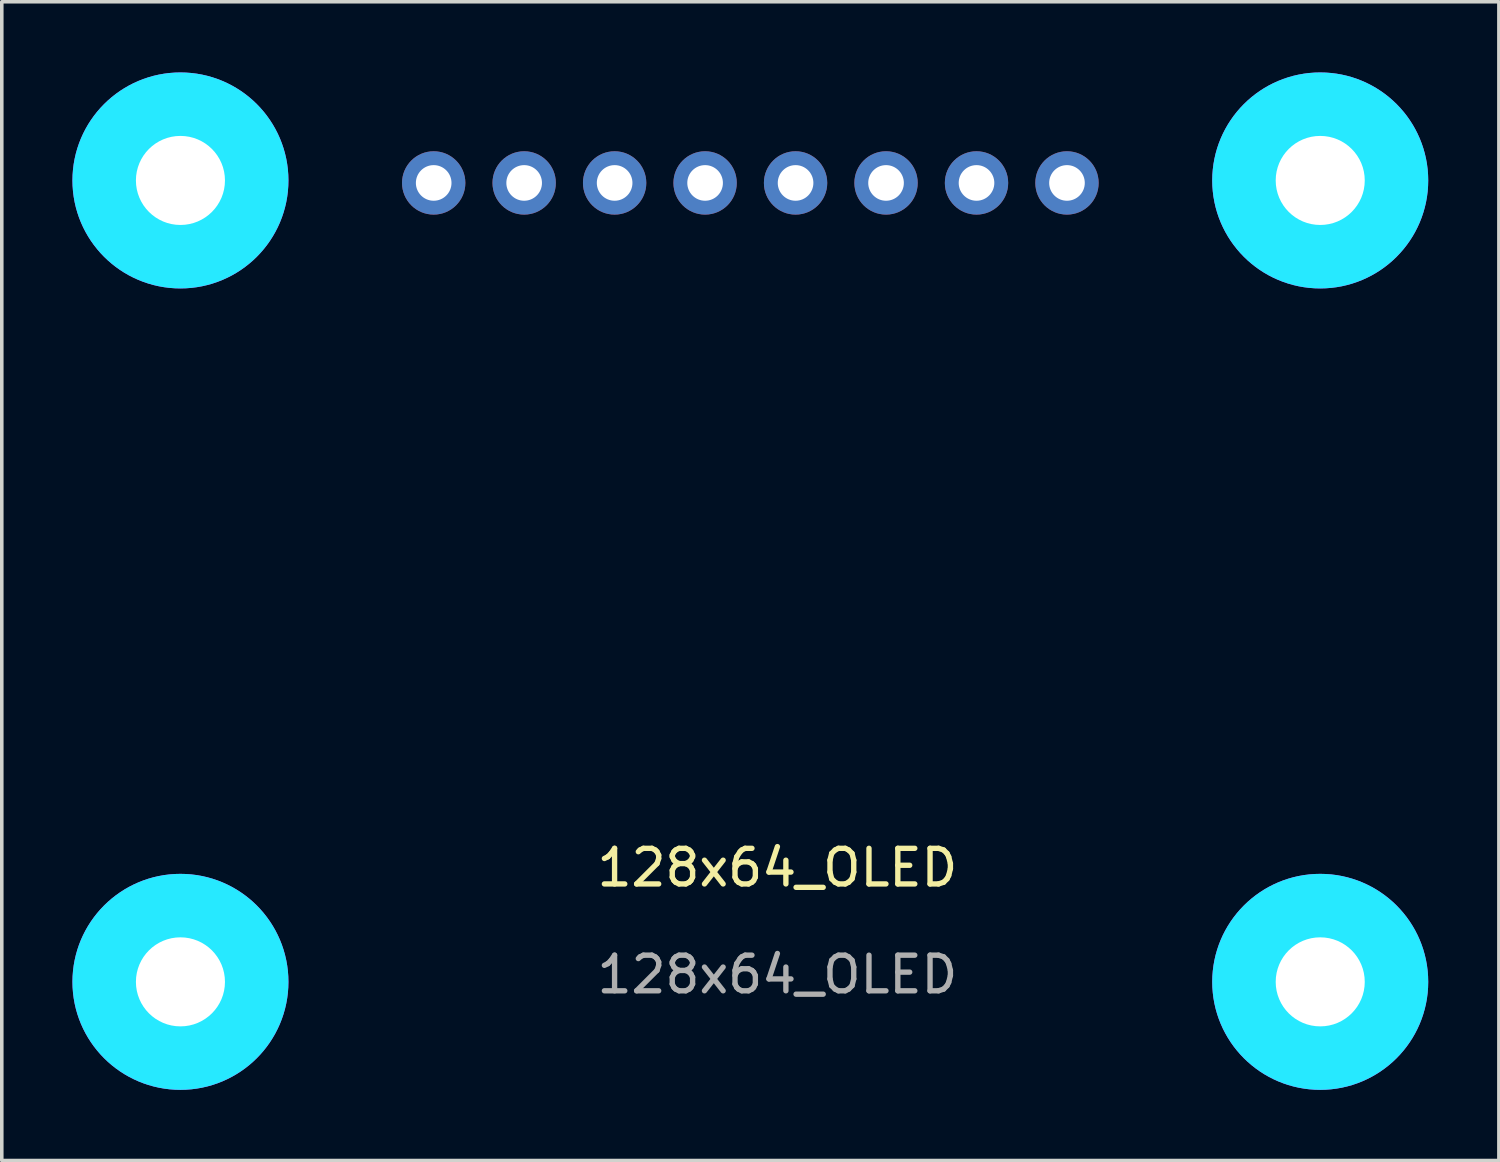
<source format=kicad_pcb>
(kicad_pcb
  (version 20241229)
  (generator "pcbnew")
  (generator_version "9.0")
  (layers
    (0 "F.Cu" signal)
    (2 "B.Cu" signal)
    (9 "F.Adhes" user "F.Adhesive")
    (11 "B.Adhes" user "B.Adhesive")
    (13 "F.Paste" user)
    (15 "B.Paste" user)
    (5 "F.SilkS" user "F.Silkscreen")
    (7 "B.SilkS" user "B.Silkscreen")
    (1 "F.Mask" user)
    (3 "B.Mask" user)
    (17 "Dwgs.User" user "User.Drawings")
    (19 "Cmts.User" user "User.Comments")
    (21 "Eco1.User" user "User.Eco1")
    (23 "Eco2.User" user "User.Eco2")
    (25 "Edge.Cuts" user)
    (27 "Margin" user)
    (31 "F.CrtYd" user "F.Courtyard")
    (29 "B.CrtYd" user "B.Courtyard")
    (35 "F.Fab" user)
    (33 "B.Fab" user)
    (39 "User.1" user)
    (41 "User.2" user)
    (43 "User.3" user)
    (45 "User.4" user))
  (footprint "128x64_OLED"
    (layer "F.Cu")
    (at 18.776 21.812)
    (property "Reference" "128x64_OLED" (at 0 -0.5 0) (unlocked yes) (layer "F.SilkS") (effects (font (size 1 1) (thickness 0.15))))
    (attr through_hole)
    (fp_circle (center -16.76 -19.796) (end -15.01 -19.796) (stroke (width 0.152) (type solid)) (fill no) (layer "F.SilkS"))
    (fp_circle (center -16.76 2.704) (end -15.01 2.704) (stroke (width 0.152) (type solid)) (fill no) (layer "F.SilkS"))
    (fp_circle (center 15.24 -19.796) (end 16.99 -19.796) (stroke (width 0.152) (type solid)) (fill no) (layer "F.SilkS"))
    (fp_circle (center 15.24 2.704) (end 16.99 2.704) (stroke (width 0.152) (type solid)) (fill no) (layer "F.SilkS"))
    (fp_circle (center -16.76 -19.796) (end -15.76 -19.796) (stroke (width 2.032) (type solid)) (fill no) (layer "B.CrtYd"))
    (fp_circle (center -16.76 2.704) (end -15.76 2.704) (stroke (width 2.032) (type solid)) (fill no) (layer "B.CrtYd"))
    (fp_circle (center 15.24 -19.796) (end 16.24 -19.796) (stroke (width 2.032) (type solid)) (fill no) (layer "B.CrtYd"))
    (fp_circle (center 15.24 2.704) (end 16.24 2.704) (stroke (width 2.032) (type solid)) (fill no) (layer "B.CrtYd"))
    (fp_circle (center -16.76 -19.796) (end -15.76 -19.796) (stroke (width 2.032) (type solid)) (fill no) (layer "F.CrtYd"))
    (fp_circle (center -16.76 2.704) (end -15.76 2.704) (stroke (width 2.032) (type solid)) (fill no) (layer "F.CrtYd"))
    (fp_circle (center 15.24 -19.796) (end 16.24 -19.796) (stroke (width 2.032) (type solid)) (fill no) (layer "F.CrtYd"))
    (fp_circle (center 15.24 2.704) (end 16.24 2.704) (stroke (width 2.032) (type solid)) (fill no) (layer "F.CrtYd"))
    (fp_text user "${REFERENCE}" (at 0 2.5 0) (unlocked yes) (layer "F.Fab") (effects (font (size 1 1) (thickness 0.15))))
    (pad "1" thru_hole circle (at -9.65 -19.726 90) (size 1.778 1.778) (drill 1) (layers "*.Cu" "*.Mask"))
    (pad "2" thru_hole circle (at -7.11 -19.726 90) (size 1.778 1.778) (drill 1) (layers "*.Cu" "*.Mask"))
    (pad "3" thru_hole circle (at -4.57 -19.726 90) (size 1.778 1.778) (drill 1) (layers "*.Cu" "*.Mask"))
    (pad "4" thru_hole circle (at -2.03 -19.726 90) (size 1.778 1.778) (drill 1) (layers "*.Cu" "*.Mask"))
    (pad "5" thru_hole circle (at 0.51 -19.726 90) (size 1.778 1.778) (drill 1) (layers "*.Cu" "*.Mask"))
    (pad "6" thru_hole circle (at 3.05 -19.726 90) (size 1.778 1.778) (drill 1) (layers "*.Cu" "*.Mask"))
    (pad "7" thru_hole circle (at 5.59 -19.726 90) (size 1.778 1.778) (drill 1) (layers "*.Cu" "*.Mask"))
    (pad "8" thru_hole circle (at 8.13 -19.726 90) (size 1.778 1.778) (drill 1) (layers "*.Cu" "*.Mask"))
    (pad "P$1" thru_hole circle (at -16.76 -19.796) (size 3.2 3.2) (drill 2.5) (layers "*.Cu" "*.Mask"))
    (pad "P$1" thru_hole circle (at -16.76 2.704) (size 3.2 3.2) (drill 2.5) (layers "*.Cu" "*.Mask"))
    (pad "P$1" thru_hole circle (at 15.24 -19.796) (size 3.2 3.2) (drill 2.5) (layers "*.Cu" "*.Mask"))
    (pad "P$1" thru_hole circle (at 15.24 2.704) (size 3.2 3.2) (drill 2.5) (layers "*.Cu" "*.Mask"))
    (zone (net_name "") (layer "F.Cu") (hatch edge 0.508) (connect_pads) (min_thickness 0.254) (filled_areas_thickness no) (keepout (tracks not_allowed) (vias not_allowed) (pads not_allowed) (copperpour not_allowed) (footprints allowed)) (placement (enabled no)) (fill) (polygon (pts (xy 4.032 2.016) (xy 4.001 1.666) (xy 3.91 1.326) (xy 3.762 1.008) (xy 3.56 0.72) (xy 3.312 0.472) (xy 3.024 0.27) (xy 2.706 0.122) (xy 2.366 0.031) (xy 2.016 0) (xy 1.666 0.031) (xy 1.326 0.122) (xy 1.008 0.27) (xy 0.72 0.472) (xy 0.472 0.72) (xy 0.27 1.008) (xy 0.122 1.326) (xy 0.031 1.666) (xy 0 2.016) (xy 0.031 2.366) (xy 0.122 2.706) (xy 0.27 3.024) (xy 0.472 3.312) (xy 0.72 3.56) (xy 1.008 3.762) (xy 1.326 3.91) (xy 1.666 4.001) (xy 2.016 4.032) (xy 2.366 4.001) (xy 2.706 3.91) (xy 3.024 3.762) (xy 3.312 3.56) (xy 3.56 3.312) (xy 3.762 3.024) (xy 3.91 2.706) (xy 4.001 2.366))) (polygon (pts (xy 2 2.016) (xy 2 2.019) (xy 2.001 2.021) (xy 2.002 2.024) (xy 2.004 2.026) (xy 2.006 2.028) (xy 2.008 2.03) (xy 2.011 2.031) (xy 2.013 2.032) (xy 2.016 2.032) (xy 2.019 2.032) (xy 2.021 2.031) (xy 2.024 2.03) (xy 2.026 2.028) (xy 2.028 2.026) (xy 2.03 2.024) (xy 2.031 2.021) (xy 2.032 2.019) (xy 2.032 2.016) (xy 2.032 2.013) (xy 2.031 2.011) (xy 2.03 2.008) (xy 2.028 2.006) (xy 2.026 2.004) (xy 2.024 2.002) (xy 2.021 2.001) (xy 2.019 2) (xy 2.016 2) (xy 2.013 2) (xy 2.011 2.001) (xy 2.008 2.002) (xy 2.006 2.004) (xy 2.004 2.006) (xy 2.002 2.008) (xy 2.001 2.011) (xy 2 2.013))))
    (zone (net_name "") (layer "F.Cu") (hatch edge 0.508) (connect_pads) (min_thickness 0.254) (filled_areas_thickness no) (keepout (tracks not_allowed) (vias not_allowed) (pads not_allowed) (copperpour not_allowed) (footprints allowed)) (placement (enabled no)) (fill) (polygon (pts (xy 4.032 24.516) (xy 4.001 24.166) (xy 3.91 23.826) (xy 3.762 23.508) (xy 3.56 23.22) (xy 3.312 22.972) (xy 3.024 22.77) (xy 2.706 22.622) (xy 2.366 22.531) (xy 2.016 22.5) (xy 1.666 22.531) (xy 1.326 22.622) (xy 1.008 22.77) (xy 0.72 22.972) (xy 0.472 23.22) (xy 0.27 23.508) (xy 0.122 23.826) (xy 0.031 24.166) (xy 0 24.516) (xy 0.031 24.866) (xy 0.122 25.206) (xy 0.27 25.524) (xy 0.472 25.812) (xy 0.72 26.06) (xy 1.008 26.262) (xy 1.326 26.41) (xy 1.666 26.501) (xy 2.016 26.532) (xy 2.366 26.501) (xy 2.706 26.41) (xy 3.024 26.262) (xy 3.312 26.06) (xy 3.56 25.812) (xy 3.762 25.524) (xy 3.91 25.206) (xy 4.001 24.866))) (polygon (pts (xy 2 24.516) (xy 2 24.519) (xy 2.001 24.521) (xy 2.002 24.524) (xy 2.004 24.526) (xy 2.006 24.528) (xy 2.008 24.53) (xy 2.011 24.531) (xy 2.013 24.532) (xy 2.016 24.532) (xy 2.019 24.532) (xy 2.021 24.531) (xy 2.024 24.53) (xy 2.026 24.528) (xy 2.028 24.526) (xy 2.03 24.524) (xy 2.031 24.521) (xy 2.032 24.519) (xy 2.032 24.516) (xy 2.032 24.513) (xy 2.031 24.511) (xy 2.03 24.508) (xy 2.028 24.506) (xy 2.026 24.504) (xy 2.024 24.502) (xy 2.021 24.501) (xy 2.019 24.5) (xy 2.016 24.5) (xy 2.013 24.5) (xy 2.011 24.501) (xy 2.008 24.502) (xy 2.006 24.504) (xy 2.004 24.506) (xy 2.002 24.508) (xy 2.001 24.511) (xy 2 24.513))))
    (zone (net_name "") (layer "F.Cu") (hatch edge 0.508) (connect_pads) (min_thickness 0.254) (filled_areas_thickness no) (keepout (tracks not_allowed) (vias not_allowed) (pads not_allowed) (copperpour not_allowed) (footprints allowed)) (placement (enabled no)) (fill) (polygon (pts (xy 36.032 2.016) (xy 36.001 1.666) (xy 35.91 1.326) (xy 35.762 1.008) (xy 35.56 0.72) (xy 35.312 0.472) (xy 35.024 0.27) (xy 34.706 0.122) (xy 34.366 0.031) (xy 34.016 0) (xy 33.666 0.031) (xy 33.326 0.122) (xy 33.008 0.27) (xy 32.72 0.472) (xy 32.472 0.72) (xy 32.27 1.008) (xy 32.122 1.326) (xy 32.031 1.666) (xy 32 2.016) (xy 32.031 2.366) (xy 32.122 2.706) (xy 32.27 3.024) (xy 32.472 3.312) (xy 32.72 3.56) (xy 33.008 3.762) (xy 33.326 3.91) (xy 33.666 4.001) (xy 34.016 4.032) (xy 34.366 4.001) (xy 34.706 3.91) (xy 35.024 3.762) (xy 35.312 3.56) (xy 35.56 3.312) (xy 35.762 3.024) (xy 35.91 2.706) (xy 36.001 2.366))) (polygon (pts (xy 34 2.016) (xy 34 2.019) (xy 34.001 2.021) (xy 34.002 2.024) (xy 34.004 2.026) (xy 34.006 2.028) (xy 34.008 2.03) (xy 34.011 2.031) (xy 34.013 2.032) (xy 34.016 2.032) (xy 34.019 2.032) (xy 34.021 2.031) (xy 34.024 2.03) (xy 34.026 2.028) (xy 34.028 2.026) (xy 34.03 2.024) (xy 34.031 2.021) (xy 34.032 2.019) (xy 34.032 2.016) (xy 34.032 2.013) (xy 34.031 2.011) (xy 34.03 2.008) (xy 34.028 2.006) (xy 34.026 2.004) (xy 34.024 2.002) (xy 34.021 2.001) (xy 34.019 2) (xy 34.016 2) (xy 34.013 2) (xy 34.011 2.001) (xy 34.008 2.002) (xy 34.006 2.004) (xy 34.004 2.006) (xy 34.002 2.008) (xy 34.001 2.011) (xy 34 2.013))))
    (zone (net_name "") (layer "F.Cu") (hatch edge 0.508) (connect_pads) (min_thickness 0.254) (filled_areas_thickness no) (keepout (tracks not_allowed) (vias not_allowed) (pads not_allowed) (copperpour not_allowed) (footprints allowed)) (placement (enabled no)) (fill) (polygon (pts (xy 36.032 24.516) (xy 36.001 24.166) (xy 35.91 23.826) (xy 35.762 23.508) (xy 35.56 23.22) (xy 35.312 22.972) (xy 35.024 22.77) (xy 34.706 22.622) (xy 34.366 22.531) (xy 34.016 22.5) (xy 33.666 22.531) (xy 33.326 22.622) (xy 33.008 22.77) (xy 32.72 22.972) (xy 32.472 23.22) (xy 32.27 23.508) (xy 32.122 23.826) (xy 32.031 24.166) (xy 32 24.516) (xy 32.031 24.866) (xy 32.122 25.206) (xy 32.27 25.524) (xy 32.472 25.812) (xy 32.72 26.06) (xy 33.008 26.262) (xy 33.326 26.41) (xy 33.666 26.501) (xy 34.016 26.532) (xy 34.366 26.501) (xy 34.706 26.41) (xy 35.024 26.262) (xy 35.312 26.06) (xy 35.56 25.812) (xy 35.762 25.524) (xy 35.91 25.206) (xy 36.001 24.866))) (polygon (pts (xy 34 24.516) (xy 34 24.519) (xy 34.001 24.521) (xy 34.002 24.524) (xy 34.004 24.526) (xy 34.006 24.528) (xy 34.008 24.53) (xy 34.011 24.531) (xy 34.013 24.532) (xy 34.016 24.532) (xy 34.019 24.532) (xy 34.021 24.531) (xy 34.024 24.53) (xy 34.026 24.528) (xy 34.028 24.526) (xy 34.03 24.524) (xy 34.031 24.521) (xy 34.032 24.519) (xy 34.032 24.516) (xy 34.032 24.513) (xy 34.031 24.511) (xy 34.03 24.508) (xy 34.028 24.506) (xy 34.026 24.504) (xy 34.024 24.502) (xy 34.021 24.501) (xy 34.019 24.5) (xy 34.016 24.5) (xy 34.013 24.5) (xy 34.011 24.501) (xy 34.008 24.502) (xy 34.006 24.504) (xy 34.004 24.506) (xy 34.002 24.508) (xy 34.001 24.511) (xy 34 24.513))))
    (zone (net_name "") (layer "B.Cu") (hatch edge 0.508) (connect_pads) (min_thickness 0.254) (filled_areas_thickness no) (keepout (tracks not_allowed) (vias not_allowed) (pads not_allowed) (copperpour not_allowed) (footprints allowed)) (placement (enabled no)) (fill) (polygon (pts (xy 4.032 2.016) (xy 4.001 1.666) (xy 3.91 1.326) (xy 3.762 1.008) (xy 3.56 0.72) (xy 3.312 0.472) (xy 3.024 0.27) (xy 2.706 0.122) (xy 2.366 0.031) (xy 2.016 0) (xy 1.666 0.031) (xy 1.326 0.122) (xy 1.008 0.27) (xy 0.72 0.472) (xy 0.472 0.72) (xy 0.27 1.008) (xy 0.122 1.326) (xy 0.031 1.666) (xy 0 2.016) (xy 0.031 2.366) (xy 0.122 2.706) (xy 0.27 3.024) (xy 0.472 3.312) (xy 0.72 3.56) (xy 1.008 3.762) (xy 1.326 3.91) (xy 1.666 4.001) (xy 2.016 4.032) (xy 2.366 4.001) (xy 2.706 3.91) (xy 3.024 3.762) (xy 3.312 3.56) (xy 3.56 3.312) (xy 3.762 3.024) (xy 3.91 2.706) (xy 4.001 2.366))) (polygon (pts (xy 2 2.016) (xy 2 2.019) (xy 2.001 2.021) (xy 2.002 2.024) (xy 2.004 2.026) (xy 2.006 2.028) (xy 2.008 2.03) (xy 2.011 2.031) (xy 2.013 2.032) (xy 2.016 2.032) (xy 2.019 2.032) (xy 2.021 2.031) (xy 2.024 2.03) (xy 2.026 2.028) (xy 2.028 2.026) (xy 2.03 2.024) (xy 2.031 2.021) (xy 2.032 2.019) (xy 2.032 2.016) (xy 2.032 2.013) (xy 2.031 2.011) (xy 2.03 2.008) (xy 2.028 2.006) (xy 2.026 2.004) (xy 2.024 2.002) (xy 2.021 2.001) (xy 2.019 2) (xy 2.016 2) (xy 2.013 2) (xy 2.011 2.001) (xy 2.008 2.002) (xy 2.006 2.004) (xy 2.004 2.006) (xy 2.002 2.008) (xy 2.001 2.011) (xy 2 2.013))))
    (zone (net_name "") (layer "B.Cu") (hatch edge 0.508) (connect_pads) (min_thickness 0.254) (filled_areas_thickness no) (keepout (tracks not_allowed) (vias not_allowed) (pads not_allowed) (copperpour not_allowed) (footprints allowed)) (placement (enabled no)) (fill) (polygon (pts (xy 4.032 24.516) (xy 4.001 24.166) (xy 3.91 23.826) (xy 3.762 23.508) (xy 3.56 23.22) (xy 3.312 22.972) (xy 3.024 22.77) (xy 2.706 22.622) (xy 2.366 22.531) (xy 2.016 22.5) (xy 1.666 22.531) (xy 1.326 22.622) (xy 1.008 22.77) (xy 0.72 22.972) (xy 0.472 23.22) (xy 0.27 23.508) (xy 0.122 23.826) (xy 0.031 24.166) (xy 0 24.516) (xy 0.031 24.866) (xy 0.122 25.206) (xy 0.27 25.524) (xy 0.472 25.812) (xy 0.72 26.06) (xy 1.008 26.262) (xy 1.326 26.41) (xy 1.666 26.501) (xy 2.016 26.532) (xy 2.366 26.501) (xy 2.706 26.41) (xy 3.024 26.262) (xy 3.312 26.06) (xy 3.56 25.812) (xy 3.762 25.524) (xy 3.91 25.206) (xy 4.001 24.866))) (polygon (pts (xy 2 24.516) (xy 2 24.519) (xy 2.001 24.521) (xy 2.002 24.524) (xy 2.004 24.526) (xy 2.006 24.528) (xy 2.008 24.53) (xy 2.011 24.531) (xy 2.013 24.532) (xy 2.016 24.532) (xy 2.019 24.532) (xy 2.021 24.531) (xy 2.024 24.53) (xy 2.026 24.528) (xy 2.028 24.526) (xy 2.03 24.524) (xy 2.031 24.521) (xy 2.032 24.519) (xy 2.032 24.516) (xy 2.032 24.513) (xy 2.031 24.511) (xy 2.03 24.508) (xy 2.028 24.506) (xy 2.026 24.504) (xy 2.024 24.502) (xy 2.021 24.501) (xy 2.019 24.5) (xy 2.016 24.5) (xy 2.013 24.5) (xy 2.011 24.501) (xy 2.008 24.502) (xy 2.006 24.504) (xy 2.004 24.506) (xy 2.002 24.508) (xy 2.001 24.511) (xy 2 24.513))))
    (zone (net_name "") (layer "B.Cu") (hatch edge 0.508) (connect_pads) (min_thickness 0.254) (filled_areas_thickness no) (keepout (tracks not_allowed) (vias not_allowed) (pads not_allowed) (copperpour not_allowed) (footprints allowed)) (placement (enabled no)) (fill) (polygon (pts (xy 36.032 2.016) (xy 36.001 1.666) (xy 35.91 1.326) (xy 35.762 1.008) (xy 35.56 0.72) (xy 35.312 0.472) (xy 35.024 0.27) (xy 34.706 0.122) (xy 34.366 0.031) (xy 34.016 0) (xy 33.666 0.031) (xy 33.326 0.122) (xy 33.008 0.27) (xy 32.72 0.472) (xy 32.472 0.72) (xy 32.27 1.008) (xy 32.122 1.326) (xy 32.031 1.666) (xy 32 2.016) (xy 32.031 2.366) (xy 32.122 2.706) (xy 32.27 3.024) (xy 32.472 3.312) (xy 32.72 3.56) (xy 33.008 3.762) (xy 33.326 3.91) (xy 33.666 4.001) (xy 34.016 4.032) (xy 34.366 4.001) (xy 34.706 3.91) (xy 35.024 3.762) (xy 35.312 3.56) (xy 35.56 3.312) (xy 35.762 3.024) (xy 35.91 2.706) (xy 36.001 2.366))) (polygon (pts (xy 34 2.016) (xy 34 2.019) (xy 34.001 2.021) (xy 34.002 2.024) (xy 34.004 2.026) (xy 34.006 2.028) (xy 34.008 2.03) (xy 34.011 2.031) (xy 34.013 2.032) (xy 34.016 2.032) (xy 34.019 2.032) (xy 34.021 2.031) (xy 34.024 2.03) (xy 34.026 2.028) (xy 34.028 2.026) (xy 34.03 2.024) (xy 34.031 2.021) (xy 34.032 2.019) (xy 34.032 2.016) (xy 34.032 2.013) (xy 34.031 2.011) (xy 34.03 2.008) (xy 34.028 2.006) (xy 34.026 2.004) (xy 34.024 2.002) (xy 34.021 2.001) (xy 34.019 2) (xy 34.016 2) (xy 34.013 2) (xy 34.011 2.001) (xy 34.008 2.002) (xy 34.006 2.004) (xy 34.004 2.006) (xy 34.002 2.008) (xy 34.001 2.011) (xy 34 2.013))))
    (zone (net_name "") (layer "B.Cu") (hatch edge 0.508) (connect_pads) (min_thickness 0.254) (filled_areas_thickness no) (keepout (tracks not_allowed) (vias not_allowed) (pads not_allowed) (copperpour not_allowed) (footprints allowed)) (placement (enabled no)) (fill) (polygon (pts (xy 36.032 24.516) (xy 36.001 24.166) (xy 35.91 23.826) (xy 35.762 23.508) (xy 35.56 23.22) (xy 35.312 22.972) (xy 35.024 22.77) (xy 34.706 22.622) (xy 34.366 22.531) (xy 34.016 22.5) (xy 33.666 22.531) (xy 33.326 22.622) (xy 33.008 22.77) (xy 32.72 22.972) (xy 32.472 23.22) (xy 32.27 23.508) (xy 32.122 23.826) (xy 32.031 24.166) (xy 32 24.516) (xy 32.031 24.866) (xy 32.122 25.206) (xy 32.27 25.524) (xy 32.472 25.812) (xy 32.72 26.06) (xy 33.008 26.262) (xy 33.326 26.41) (xy 33.666 26.501) (xy 34.016 26.532) (xy 34.366 26.501) (xy 34.706 26.41) (xy 35.024 26.262) (xy 35.312 26.06) (xy 35.56 25.812) (xy 35.762 25.524) (xy 35.91 25.206) (xy 36.001 24.866))) (polygon (pts (xy 34 24.516) (xy 34 24.519) (xy 34.001 24.521) (xy 34.002 24.524) (xy 34.004 24.526) (xy 34.006 24.528) (xy 34.008 24.53) (xy 34.011 24.531) (xy 34.013 24.532) (xy 34.016 24.532) (xy 34.019 24.532) (xy 34.021 24.531) (xy 34.024 24.53) (xy 34.026 24.528) (xy 34.028 24.526) (xy 34.03 24.524) (xy 34.031 24.521) (xy 34.032 24.519) (xy 34.032 24.516) (xy 34.032 24.513) (xy 34.031 24.511) (xy 34.03 24.508) (xy 34.028 24.506) (xy 34.026 24.504) (xy 34.024 24.502) (xy 34.021 24.501) (xy 34.019 24.5) (xy 34.016 24.5) (xy 34.013 24.5) (xy 34.011 24.501) (xy 34.008 24.502) (xy 34.006 24.504) (xy 34.004 24.506) (xy 34.002 24.508) (xy 34.001 24.511) (xy 34 24.513)))))
  (gr_rect
    (start -3 -3)
    (end 39.032 29.532)
    (stroke (width 0.1) (type default))
    (fill no)
    (layer "Edge.Cuts")))
</source>
